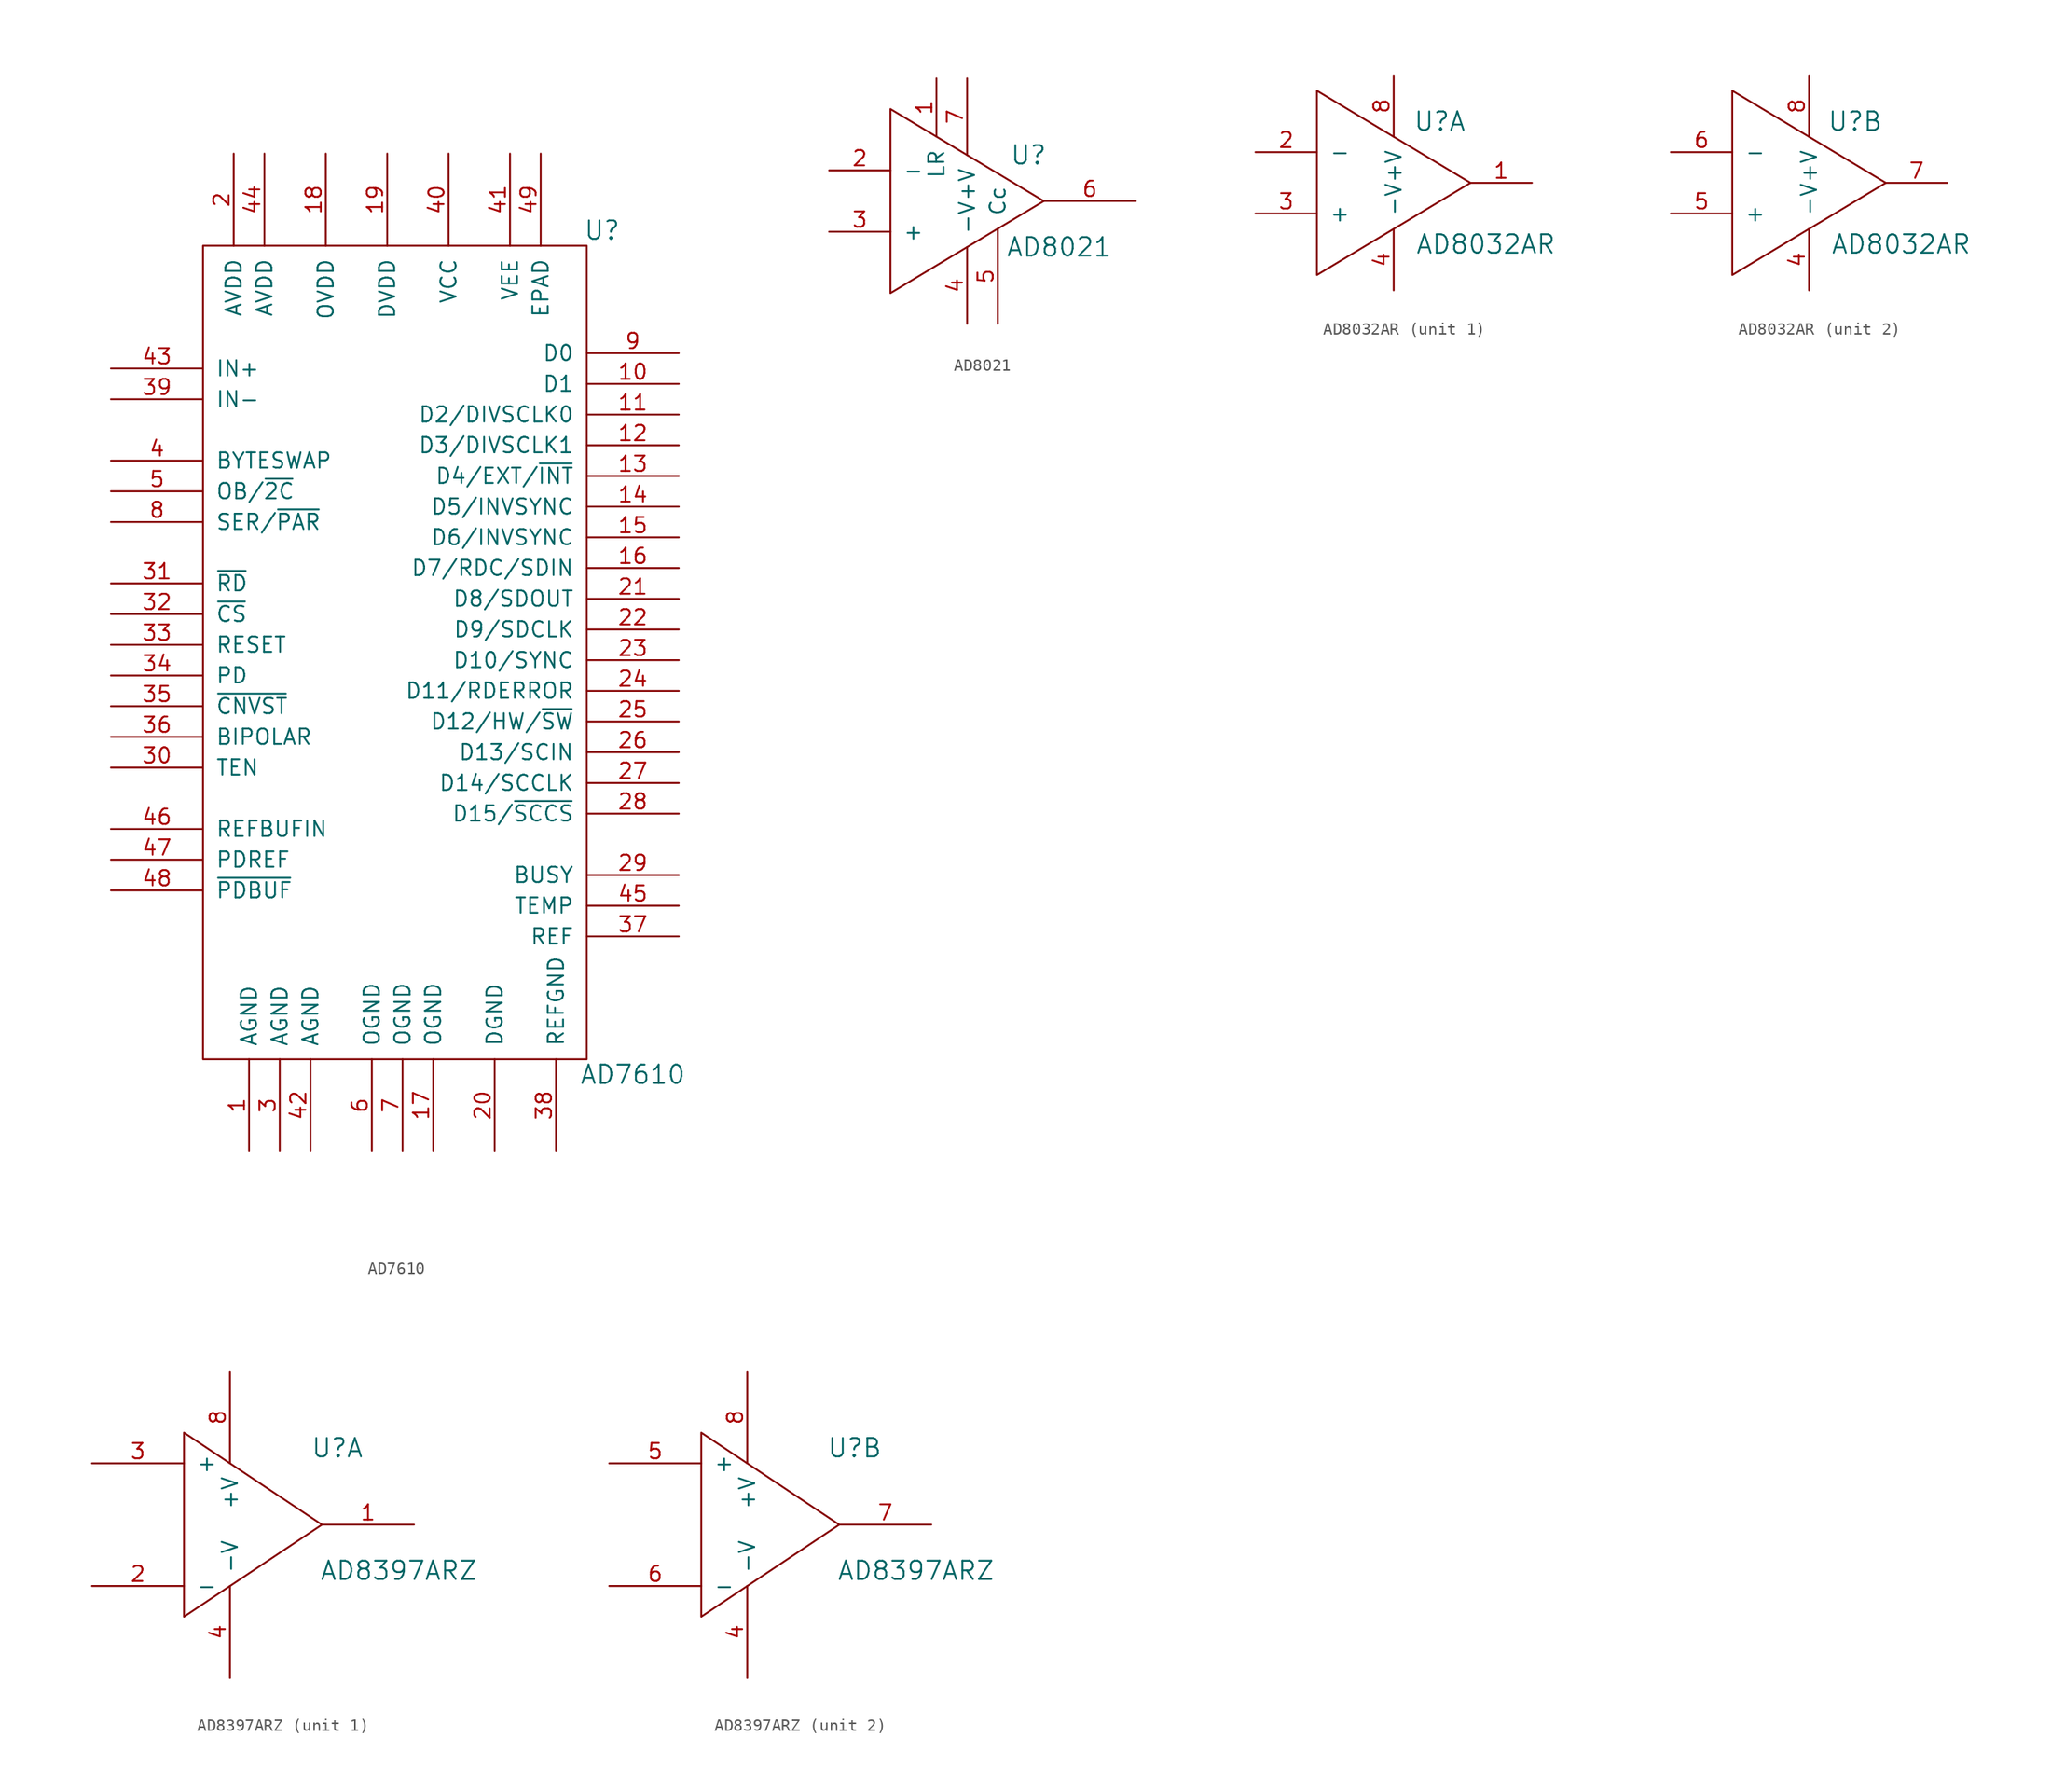
<source format=kicad_sym>
(kicad_symbol_lib
  (version 20220914)
  (generator kicad_symbol_editor)
  (symbol "AD7610"
    (pin_names
      (offset 1.016))
    (property "Reference" "U"
      (at 17.78 31.75 0)
      (effects (font (size 1.524 1.524))))
    (property "Value" "AD7610"
      (at 20.32 -38.1 0)
      (effects (font (size 1.524 1.524))))
    (property "Footprint" ""
      (at 0 0 0)
      (effects (font (size 1.524 1.524))))
    (property "Datasheet" ""
      (at 0 0 0)
      (effects (font (size 1.524 1.524))))
    (symbol "AD7610_0_1"
      (rectangle (start -15.24 -36.83) (end 16.51 30.48) (stroke (width 0) (type default)) (fill (type none))))
    (symbol "AD7610_1_1"
      (pin power_in line (at -11.43 -44.45 90) (length 7.62) (name "AGND" (effects (font (size 1.27 1.27)))) (number "1" (effects (font (size 1.27 1.27)))))
      (pin output line (at 24.13 19.05 180) (length 7.62) (name "D1" (effects (font (size 1.27 1.27)))) (number "10" (effects (font (size 1.27 1.27)))))
      (pin output line (at 24.13 16.51 180) (length 7.62) (name "D2/DIVSCLK0" (effects (font (size 1.27 1.27)))) (number "11" (effects (font (size 1.27 1.27)))))
      (pin output line (at 24.13 13.97 180) (length 7.62) (name "D3/DIVSCLK1" (effects (font (size 1.27 1.27)))) (number "12" (effects (font (size 1.27 1.27)))))
      (pin output line (at 24.13 11.43 180) (length 7.62) (name "D4/EXT/~{INT}" (effects (font (size 1.27 1.27)))) (number "13" (effects (font (size 1.27 1.27)))))
      (pin output line (at 24.13 8.89 180) (length 7.62) (name "D5/INVSYNC" (effects (font (size 1.27 1.27)))) (number "14" (effects (font (size 1.27 1.27)))))
      (pin output line (at 24.13 6.35 180) (length 7.62) (name "D6/INVSYNC" (effects (font (size 1.27 1.27)))) (number "15" (effects (font (size 1.27 1.27)))))
      (pin output line (at 24.13 3.81 180) (length 7.62) (name "D7/RDC/SDIN" (effects (font (size 1.27 1.27)))) (number "16" (effects (font (size 1.27 1.27)))))
      (pin power_in line (at 3.81 -44.45 90) (length 7.62) (name "OGND" (effects (font (size 1.27 1.27)))) (number "17" (effects (font (size 1.27 1.27)))))
      (pin power_in line (at -5.08 38.1 270) (length 7.62) (name "OVDD" (effects (font (size 1.27 1.27)))) (number "18" (effects (font (size 1.27 1.27)))))
      (pin power_in line (at 0 38.1 270) (length 7.62) (name "DVDD" (effects (font (size 1.27 1.27)))) (number "19" (effects (font (size 1.27 1.27)))))
      (pin power_in line (at -12.7 38.1 270) (length 7.62) (name "AVDD" (effects (font (size 1.27 1.27)))) (number "2" (effects (font (size 1.27 1.27)))))
      (pin power_in line (at 8.89 -44.45 90) (length 7.62) (name "DGND" (effects (font (size 1.27 1.27)))) (number "20" (effects (font (size 1.27 1.27)))))
      (pin output line (at 24.13 1.27 180) (length 7.62) (name "D8/SDOUT" (effects (font (size 1.27 1.27)))) (number "21" (effects (font (size 1.27 1.27)))))
      (pin output line (at 24.13 -1.27 180) (length 7.62) (name "D9/SDCLK" (effects (font (size 1.27 1.27)))) (number "22" (effects (font (size 1.27 1.27)))))
      (pin output line (at 24.13 -3.81 180) (length 7.62) (name "D10/SYNC" (effects (font (size 1.27 1.27)))) (number "23" (effects (font (size 1.27 1.27)))))
      (pin output line (at 24.13 -6.35 180) (length 7.62) (name "D11/RDERROR" (effects (font (size 1.27 1.27)))) (number "24" (effects (font (size 1.27 1.27)))))
      (pin output line (at 24.13 -8.89 180) (length 7.62) (name "D12/HW/~{SW}" (effects (font (size 1.27 1.27)))) (number "25" (effects (font (size 1.27 1.27)))))
      (pin output line (at 24.13 -11.43 180) (length 7.62) (name "D13/SCIN" (effects (font (size 1.27 1.27)))) (number "26" (effects (font (size 1.27 1.27)))))
      (pin output line (at 24.13 -13.97 180) (length 7.62) (name "D14/SCCLK" (effects (font (size 1.27 1.27)))) (number "27" (effects (font (size 1.27 1.27)))))
      (pin output line (at 24.13 -16.51 180) (length 7.62) (name "D15/~{SCCS}" (effects (font (size 1.27 1.27)))) (number "28" (effects (font (size 1.27 1.27)))))
      (pin output line (at 24.13 -21.59 180) (length 7.62) (name "BUSY" (effects (font (size 1.27 1.27)))) (number "29" (effects (font (size 1.27 1.27)))))
      (pin power_in line (at -8.89 -44.45 90) (length 7.62) (name "AGND" (effects (font (size 1.27 1.27)))) (number "3" (effects (font (size 1.27 1.27)))))
      (pin output line (at -22.86 -12.7 0) (length 7.62) (name "TEN" (effects (font (size 1.27 1.27)))) (number "30" (effects (font (size 1.27 1.27)))))
      (pin output line (at -22.86 2.54 0) (length 7.62) (name "~{RD}" (effects (font (size 1.27 1.27)))) (number "31" (effects (font (size 1.27 1.27)))))
      (pin output line (at -22.86 0 0) (length 7.62) (name "~{CS}" (effects (font (size 1.27 1.27)))) (number "32" (effects (font (size 1.27 1.27)))))
      (pin output line (at -22.86 -2.54 0) (length 7.62) (name "RESET" (effects (font (size 1.27 1.27)))) (number "33" (effects (font (size 1.27 1.27)))))
      (pin output line (at -22.86 -5.08 0) (length 7.62) (name "PD" (effects (font (size 1.27 1.27)))) (number "34" (effects (font (size 1.27 1.27)))))
      (pin output line (at -22.86 -7.62 0) (length 7.62) (name "~{CNVST}" (effects (font (size 1.27 1.27)))) (number "35" (effects (font (size 1.27 1.27)))))
      (pin output line (at -22.86 -10.16 0) (length 7.62) (name "BIPOLAR" (effects (font (size 1.27 1.27)))) (number "36" (effects (font (size 1.27 1.27)))))
      (pin output line (at 24.13 -26.67 180) (length 7.62) (name "REF" (effects (font (size 1.27 1.27)))) (number "37" (effects (font (size 1.27 1.27)))))
      (pin power_in line (at 13.97 -44.45 90) (length 7.62) (name "REFGND" (effects (font (size 1.27 1.27)))) (number "38" (effects (font (size 1.27 1.27)))))
      (pin input line (at -22.86 17.78 0) (length 7.62) (name "IN-" (effects (font (size 1.27 1.27)))) (number "39" (effects (font (size 1.27 1.27)))))
      (pin input line (at -22.86 12.7 0) (length 7.62) (name "BYTESWAP" (effects (font (size 1.27 1.27)))) (number "4" (effects (font (size 1.27 1.27)))))
      (pin input line (at 5.08 38.1 270) (length 7.62) (name "VCC" (effects (font (size 1.27 1.27)))) (number "40" (effects (font (size 1.27 1.27)))))
      (pin input line (at 10.16 38.1 270) (length 7.62) (name "VEE" (effects (font (size 1.27 1.27)))) (number "41" (effects (font (size 1.27 1.27)))))
      (pin power_in line (at -6.35 -44.45 90) (length 7.62) (name "AGND" (effects (font (size 1.27 1.27)))) (number "42" (effects (font (size 1.27 1.27)))))
      (pin input line (at -22.86 20.32 0) (length 7.62) (name "IN+" (effects (font (size 1.27 1.27)))) (number "43" (effects (font (size 1.27 1.27)))))
      (pin power_in line (at -10.16 38.1 270) (length 7.62) (name "AVDD" (effects (font (size 1.27 1.27)))) (number "44" (effects (font (size 1.27 1.27)))))
      (pin output line (at 24.13 -24.13 180) (length 7.62) (name "TEMP" (effects (font (size 1.27 1.27)))) (number "45" (effects (font (size 1.27 1.27)))))
      (pin input line (at -22.86 -17.78 0) (length 7.62) (name "REFBUFIN" (effects (font (size 1.27 1.27)))) (number "46" (effects (font (size 1.27 1.27)))))
      (pin input line (at -22.86 -20.32 0) (length 7.62) (name "PDREF" (effects (font (size 1.27 1.27)))) (number "47" (effects (font (size 1.27 1.27)))))
      (pin input line (at -22.86 -22.86 0) (length 7.62) (name "~{PDBUF}" (effects (font (size 1.27 1.27)))) (number "48" (effects (font (size 1.27 1.27)))))
      (pin power_in line (at 12.7 38.1 270) (length 7.62) (name "EPAD" (effects (font (size 1.27 1.27)))) (number "49" (effects (font (size 1.27 1.27)))))
      (pin input line (at -22.86 10.16 0) (length 7.62) (name "OB/~{2C}" (effects (font (size 1.27 1.27)))) (number "5" (effects (font (size 1.27 1.27)))))
      (pin power_in line (at -1.27 -44.45 90) (length 7.62) (name "OGND" (effects (font (size 1.27 1.27)))) (number "6" (effects (font (size 1.27 1.27)))))
      (pin power_in line (at 1.27 -44.45 90) (length 7.62) (name "OGND" (effects (font (size 1.27 1.27)))) (number "7" (effects (font (size 1.27 1.27)))))
      (pin input line (at -22.86 7.62 0) (length 7.62) (name "SER/~{PAR}" (effects (font (size 1.27 1.27)))) (number "8" (effects (font (size 1.27 1.27)))))
      (pin output line (at 24.13 21.59 180) (length 7.62) (name "D0" (effects (font (size 1.27 1.27)))) (number "9" (effects (font (size 1.27 1.27)))))))
  (symbol "AD8021"
    (pin_names
      (offset 1.016))
    (property "Reference" "U"
      (at 11.43 3.81 0)
      (effects (font (size 1.524 1.524))))
    (property "Value" "AD8021"
      (at 13.97 -3.81 0)
      (effects (font (size 1.524 1.524))))
    (property "Footprint" ""
      (at 0 0 0)
      (effects (font (size 1.524 1.524))))
    (property "Datasheet" ""
      (at 0 0 0)
      (effects (font (size 1.524 1.524))))
    (symbol "AD8021_0_1"
      (polyline (pts (xy 0 -7.62) (xy 0 7.62) (xy 12.7 0) (xy 0 -7.62)) (stroke (width 0) (type default)) (fill (type none))))
    (symbol "AD8021_1_1"
      (pin passive line (at 3.81 10.16 270) (length 4.826) (name "LR" (effects (font (size 1.27 1.27)))) (number "1" (effects (font (size 1.27 1.27)))))
      (pin input line (at -5.08 2.54 0) (length 5.08) (name "-" (effects (font (size 1.27 1.27)))) (number "2" (effects (font (size 1.27 1.27)))))
      (pin input line (at -5.08 -2.54 0) (length 5.08) (name "+" (effects (font (size 1.27 1.27)))) (number "3" (effects (font (size 1.27 1.27)))))
      (pin power_in line (at 6.35 -10.16 90) (length 6.35) (name "-V" (effects (font (size 1.27 1.27)))) (number "4" (effects (font (size 1.27 1.27)))))
      (pin passive line (at 8.89 -10.16 90) (length 7.874) (name "Cc" (effects (font (size 1.27 1.27)))) (number "5" (effects (font (size 1.27 1.27)))))
      (pin output line (at 20.32 0 180) (length 7.62) (name "~" (effects (font (size 1.27 1.27)))) (number "6" (effects (font (size 1.27 1.27)))))
      (pin power_in line (at 6.35 10.16 270) (length 6.35) (name "+V" (effects (font (size 1.27 1.27)))) (number "7" (effects (font (size 1.27 1.27)))))))
  (symbol "AD8032AR"
    (pin_names
      (offset 1.016))
    (property "Reference" "U"
      (at 10.16 5.08 0)
      (effects (font (size 1.524 1.524))))
    (property "Value" "AD8032AR"
      (at 13.97 -5.08 0)
      (effects (font (size 1.524 1.524))))
    (property "Footprint" ""
      (at 0 0 0)
      (effects (font (size 1.524 1.524))))
    (property "Datasheet" ""
      (at 0 0 0)
      (effects (font (size 1.524 1.524))))
    (symbol "AD8032AR_0_1"
      (polyline (pts (xy 0 -7.62) (xy 0 7.62) (xy 12.7 0) (xy 0 -7.62)) (stroke (width 0) (type default)) (fill (type none))))
    (symbol "AD8032AR_1_1"
      (pin output line (at 17.78 0 180) (length 5.08) (name "~" (effects (font (size 1.27 1.27)))) (number "1" (effects (font (size 1.27 1.27)))))
      (pin input line (at -5.08 2.54 0) (length 5.08) (name "-" (effects (font (size 1.27 1.27)))) (number "2" (effects (font (size 1.27 1.27)))))
      (pin input line (at -5.08 -2.54 0) (length 5.08) (name "+" (effects (font (size 1.27 1.27)))) (number "3" (effects (font (size 1.27 1.27)))))
      (pin power_in line (at 6.35 -8.89 90) (length 5.08) (name "-V" (effects (font (size 1.27 1.27)))) (number "4" (effects (font (size 1.27 1.27)))))
      (pin power_in line (at 6.35 8.89 270) (length 5.08) (name "+V" (effects (font (size 1.27 1.27)))) (number "8" (effects (font (size 1.27 1.27))))))
    (symbol "AD8032AR_2_1"
      (pin power_in line (at 6.35 -8.89 90) (length 5.08) (name "-V" (effects (font (size 1.27 1.27)))) (number "4" (effects (font (size 1.27 1.27)))))
      (pin input line (at -5.08 -2.54 0) (length 5.08) (name "+" (effects (font (size 1.27 1.27)))) (number "5" (effects (font (size 1.27 1.27)))))
      (pin input line (at -5.08 2.54 0) (length 5.08) (name "-" (effects (font (size 1.27 1.27)))) (number "6" (effects (font (size 1.27 1.27)))))
      (pin output line (at 17.78 0 180) (length 5.08) (name "~" (effects (font (size 1.27 1.27)))) (number "7" (effects (font (size 1.27 1.27)))))
      (pin power_in line (at 6.35 8.89 270) (length 5.08) (name "+V" (effects (font (size 1.27 1.27)))) (number "8" (effects (font (size 1.27 1.27)))))))
  (symbol "AD8397ARZ"
    (pin_names
      (offset 1.016))
    (property "Reference" "U"
      (at 12.7 6.35 0)
      (effects (font (size 1.524 1.524))))
    (property "Value" "AD8397ARZ"
      (at 17.78 -3.81 0)
      (effects (font (size 1.524 1.524))))
    (property "Footprint" ""
      (at 0 0 0)
      (effects (font (size 1.524 1.524))))
    (property "Datasheet" ""
      (at 0 0 0)
      (effects (font (size 1.524 1.524))))
    (symbol "AD8397ARZ_0_1"
      (polyline (pts (xy 0 -7.62) (xy 0 7.62) (xy 11.43 0) (xy 0 -7.62)) (stroke (width 0) (type default)) (fill (type none))))
    (symbol "AD8397ARZ_1_1"
      (pin output line (at 19.05 0 180) (length 7.62) (name "~" (effects (font (size 1.27 1.27)))) (number "1" (effects (font (size 1.27 1.27)))))
      (pin input line (at -7.62 -5.08 0) (length 7.62) (name "-" (effects (font (size 1.27 1.27)))) (number "2" (effects (font (size 1.27 1.27)))))
      (pin input line (at -7.62 5.08 0) (length 7.62) (name "+" (effects (font (size 1.27 1.27)))) (number "3" (effects (font (size 1.27 1.27)))))
      (pin power_in line (at 3.81 -12.7 90) (length 7.62) (name "-V" (effects (font (size 1.27 1.27)))) (number "4" (effects (font (size 1.27 1.27)))))
      (pin power_in line (at 3.81 12.7 270) (length 7.62) (name "+V" (effects (font (size 1.27 1.27)))) (number "8" (effects (font (size 1.27 1.27))))))
    (symbol "AD8397ARZ_2_1"
      (pin power_in line (at 3.81 -12.7 90) (length 7.62) (name "-V" (effects (font (size 1.27 1.27)))) (number "4" (effects (font (size 1.27 1.27)))))
      (pin input line (at -7.62 5.08 0) (length 7.62) (name "+" (effects (font (size 1.27 1.27)))) (number "5" (effects (font (size 1.27 1.27)))))
      (pin input line (at -7.62 -5.08 0) (length 7.62) (name "-" (effects (font (size 1.27 1.27)))) (number "6" (effects (font (size 1.27 1.27)))))
      (pin output line (at 19.05 0 180) (length 7.62) (name "~" (effects (font (size 1.27 1.27)))) (number "7" (effects (font (size 1.27 1.27)))))
      (pin power_in line (at 3.81 12.7 270) (length 7.62) (name "+V" (effects (font (size 1.27 1.27)))) (number "8" (effects (font (size 1.27 1.27))))))))
</source>
